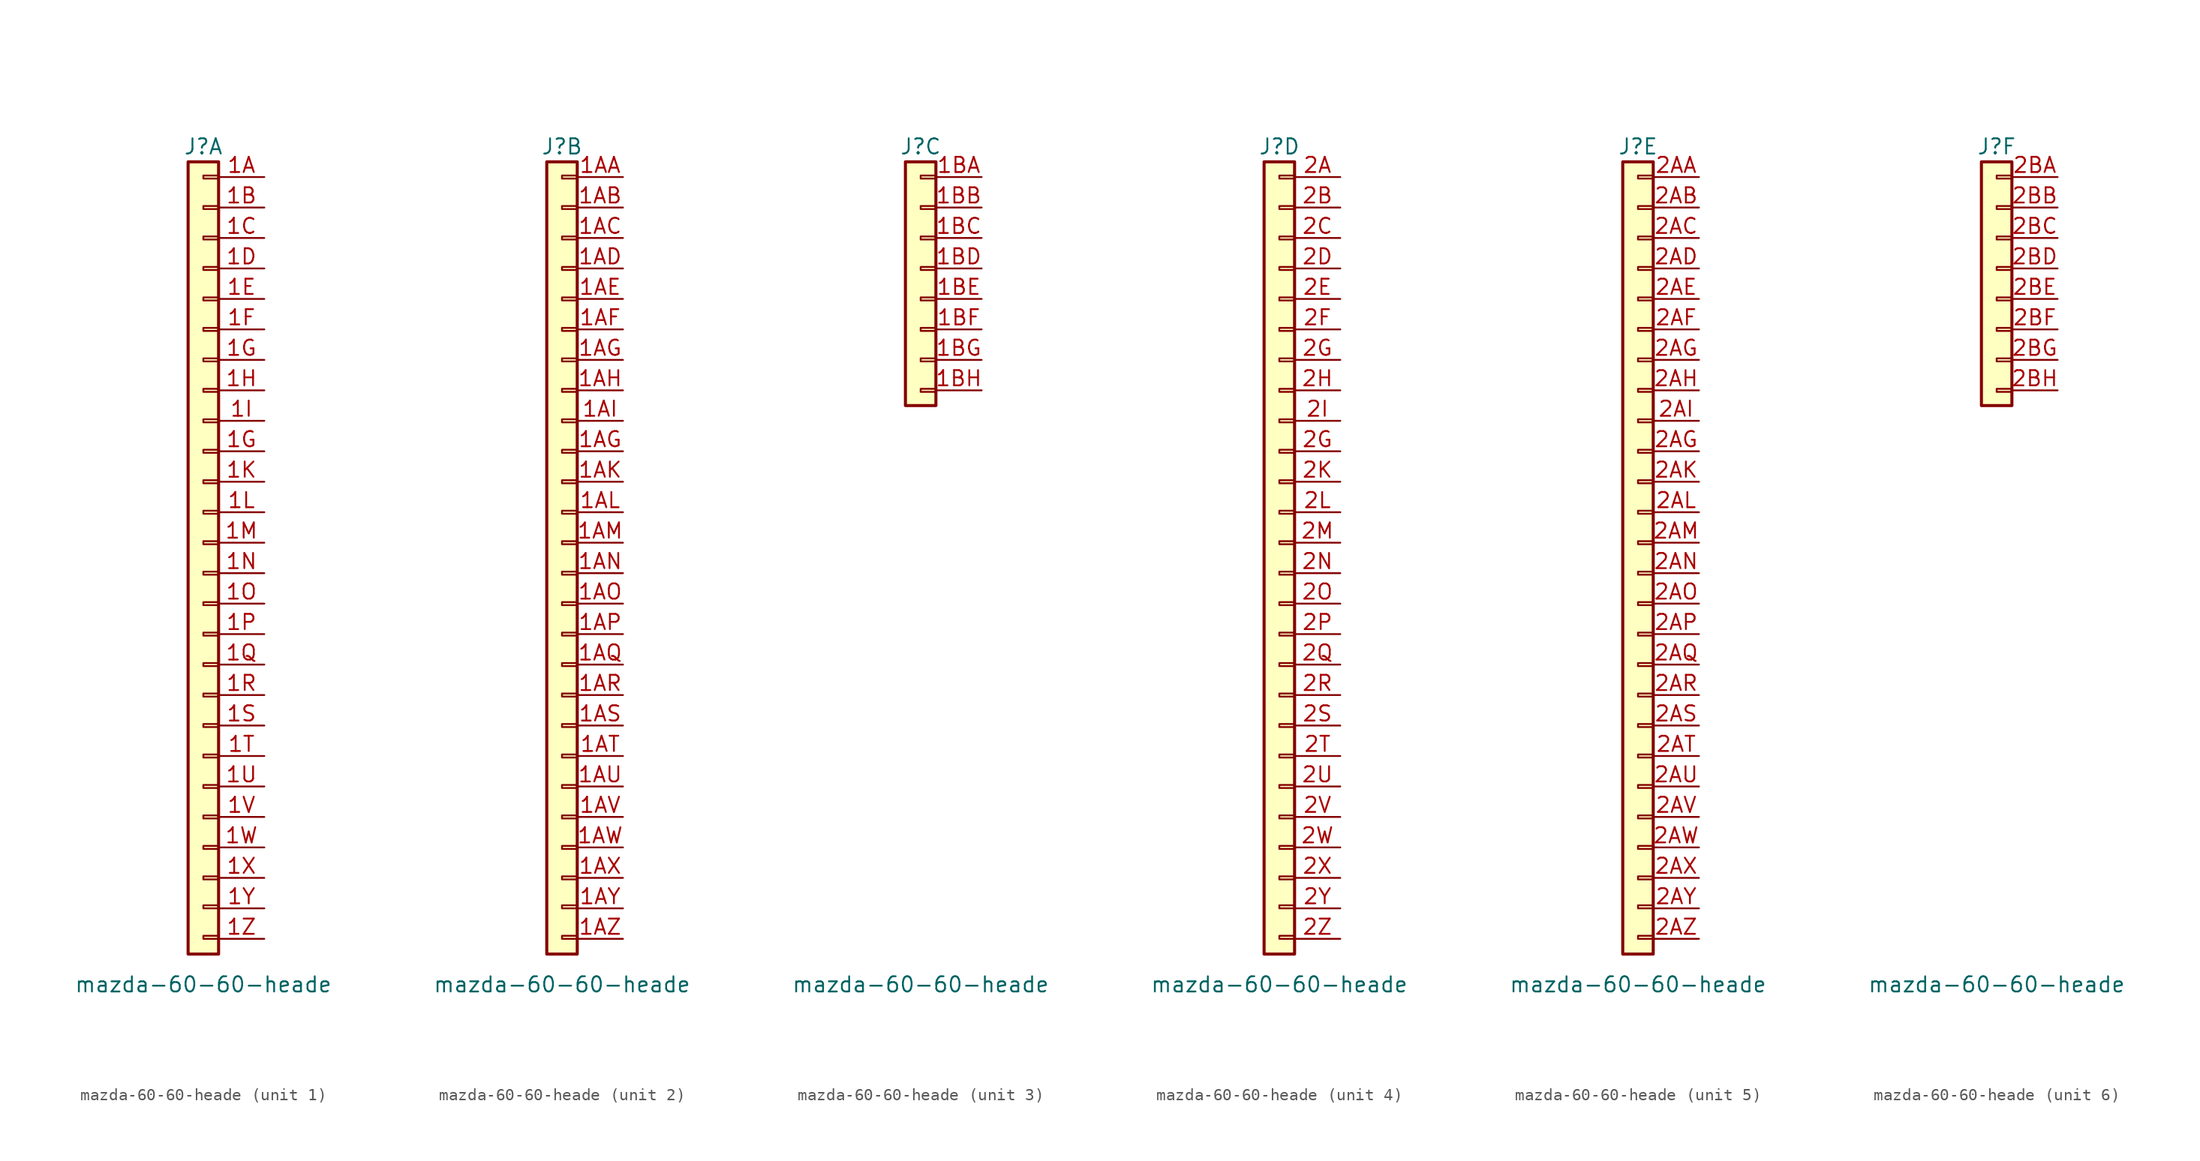
<source format=kicad_sym>
(kicad_symbol_lib
  (version 20220914)
  (generator kicad_symbol_editor)
  (symbol "mazda-60-60-heade"
    (pin_names
      (offset 1.016) hide)
    (property "Reference" "J"
      (at 0 30.48 0)
      (effects (font (size 1.27 1.27))))
    (property "Value" "mazda-60-60-heade"
      (at 0 -39.37 0)
      (effects (font (size 1.27 1.27))))
    (property "ki_locked" ""
      (at 0 0 0)
      (effects (font (size 1.27 1.27))))
    (symbol "mazda-60-60-heade_1_0"
      (pin passive line (at 5.08 -33.02 180) (length 3.81) (name "Pin_25" (effects (font (size 1.27 1.27)))) (number "1Y" (effects (font (size 1.27 1.27)))))
      (pin passive line (at 5.08 -35.56 180) (length 3.81) (name "Pin_26" (effects (font (size 1.27 1.27)))) (number "1Z" (effects (font (size 1.27 1.27))))))
    (symbol "mazda-60-60-heade_1_1"
      (rectangle (start -1.27 29.21) (end 1.27 -36.83) (stroke (width 0.254) (type default)) (fill (type background)))
      (rectangle (start 0 -35.56) (end 1.27 -35.306) (stroke (width 0.152) (type default)) (fill (type none)))
      (rectangle (start 0 -33.02) (end 1.27 -32.766) (stroke (width 0.152) (type default)) (fill (type none)))
      (rectangle (start 0 -30.607) (end 1.27 -30.353) (stroke (width 0.152) (type default)) (fill (type none)))
      (rectangle (start 0 -28.067) (end 1.27 -27.813) (stroke (width 0.152) (type default)) (fill (type none)))
      (rectangle (start 0 -25.527) (end 1.27 -25.273) (stroke (width 0.152) (type default)) (fill (type none)))
      (rectangle (start 0 -22.987) (end 1.27 -22.733) (stroke (width 0.152) (type default)) (fill (type none)))
      (rectangle (start 0 -20.447) (end 1.27 -20.193) (stroke (width 0.152) (type default)) (fill (type none)))
      (rectangle (start 0 -17.907) (end 1.27 -17.653) (stroke (width 0.152) (type default)) (fill (type none)))
      (rectangle (start 0 -15.367) (end 1.27 -15.113) (stroke (width 0.152) (type default)) (fill (type none)))
      (rectangle (start 0 -12.827) (end 1.27 -12.573) (stroke (width 0.152) (type default)) (fill (type none)))
      (rectangle (start 0 -10.287) (end 1.27 -10.033) (stroke (width 0.152) (type default)) (fill (type none)))
      (rectangle (start 0 -7.747) (end 1.27 -7.493) (stroke (width 0.152) (type default)) (fill (type none)))
      (rectangle (start 0 -5.207) (end 1.27 -4.953) (stroke (width 0.152) (type default)) (fill (type none)))
      (rectangle (start 0 -2.667) (end 1.27 -2.413) (stroke (width 0.152) (type default)) (fill (type none)))
      (rectangle (start 0 -0.127) (end 1.27 0.127) (stroke (width 0.152) (type default)) (fill (type none)))
      (rectangle (start 0 2.413) (end 1.27 2.667) (stroke (width 0.152) (type default)) (fill (type none)))
      (rectangle (start 0 4.953) (end 1.27 5.207) (stroke (width 0.152) (type default)) (fill (type none)))
      (rectangle (start 0 7.493) (end 1.27 7.747) (stroke (width 0.152) (type default)) (fill (type none)))
      (rectangle (start 0 10.033) (end 1.27 10.287) (stroke (width 0.152) (type default)) (fill (type none)))
      (rectangle (start 0 12.573) (end 1.27 12.827) (stroke (width 0.152) (type default)) (fill (type none)))
      (rectangle (start 0 15.113) (end 1.27 15.367) (stroke (width 0.152) (type default)) (fill (type none)))
      (rectangle (start 0 17.653) (end 1.27 17.907) (stroke (width 0.152) (type default)) (fill (type none)))
      (rectangle (start 0 20.193) (end 1.27 20.447) (stroke (width 0.152) (type default)) (fill (type none)))
      (rectangle (start 0 22.733) (end 1.27 22.987) (stroke (width 0.152) (type default)) (fill (type none)))
      (rectangle (start 0 25.273) (end 1.27 25.527) (stroke (width 0.152) (type default)) (fill (type none)))
      (rectangle (start 0 27.813) (end 1.27 28.067) (stroke (width 0.152) (type default)) (fill (type none)))
      (pin passive line (at 5.08 27.94 180) (length 3.81) (name "Pin_1" (effects (font (size 1.27 1.27)))) (number "1A" (effects (font (size 1.27 1.27)))))
      (pin passive line (at 5.08 25.4 180) (length 3.81) (name "Pin_2" (effects (font (size 1.27 1.27)))) (number "1B" (effects (font (size 1.27 1.27)))))
      (pin passive line (at 5.08 22.86 180) (length 3.81) (name "Pin_3" (effects (font (size 1.27 1.27)))) (number "1C" (effects (font (size 1.27 1.27)))))
      (pin passive line (at 5.08 20.32 180) (length 3.81) (name "Pin_4" (effects (font (size 1.27 1.27)))) (number "1D" (effects (font (size 1.27 1.27)))))
      (pin passive line (at 5.08 17.78 180) (length 3.81) (name "Pin_5" (effects (font (size 1.27 1.27)))) (number "1E" (effects (font (size 1.27 1.27)))))
      (pin passive line (at 5.08 15.24 180) (length 3.81) (name "Pin_6" (effects (font (size 1.27 1.27)))) (number "1F" (effects (font (size 1.27 1.27)))))
      (pin passive line (at 5.08 5.08 180) (length 3.81) (name "Pin_10" (effects (font (size 1.27 1.27)))) (number "1G" (effects (font (size 1.27 1.27)))))
      (pin passive line (at 5.08 12.7 180) (length 3.81) (name "Pin_7" (effects (font (size 1.27 1.27)))) (number "1G" (effects (font (size 1.27 1.27)))))
      (pin passive line (at 5.08 10.16 180) (length 3.81) (name "Pin_8" (effects (font (size 1.27 1.27)))) (number "1H" (effects (font (size 1.27 1.27)))))
      (pin passive line (at 5.08 7.62 180) (length 3.81) (name "Pin_9" (effects (font (size 1.27 1.27)))) (number "1I" (effects (font (size 1.27 1.27)))))
      (pin passive line (at 5.08 2.54 180) (length 3.81) (name "Pin_11" (effects (font (size 1.27 1.27)))) (number "1K" (effects (font (size 1.27 1.27)))))
      (pin passive line (at 5.08 0 180) (length 3.81) (name "Pin_12" (effects (font (size 1.27 1.27)))) (number "1L" (effects (font (size 1.27 1.27)))))
      (pin passive line (at 5.08 -2.54 180) (length 3.81) (name "Pin_13" (effects (font (size 1.27 1.27)))) (number "1M" (effects (font (size 1.27 1.27)))))
      (pin passive line (at 5.08 -5.08 180) (length 3.81) (name "Pin_14" (effects (font (size 1.27 1.27)))) (number "1N" (effects (font (size 1.27 1.27)))))
      (pin passive line (at 5.08 -7.62 180) (length 3.81) (name "Pin_15" (effects (font (size 1.27 1.27)))) (number "1O" (effects (font (size 1.27 1.27)))))
      (pin passive line (at 5.08 -10.16 180) (length 3.81) (name "Pin_16" (effects (font (size 1.27 1.27)))) (number "1P" (effects (font (size 1.27 1.27)))))
      (pin passive line (at 5.08 -12.7 180) (length 3.81) (name "Pin_17" (effects (font (size 1.27 1.27)))) (number "1Q" (effects (font (size 1.27 1.27)))))
      (pin passive line (at 5.08 -15.24 180) (length 3.81) (name "Pin_18" (effects (font (size 1.27 1.27)))) (number "1R" (effects (font (size 1.27 1.27)))))
      (pin passive line (at 5.08 -17.78 180) (length 3.81) (name "Pin_19" (effects (font (size 1.27 1.27)))) (number "1S" (effects (font (size 1.27 1.27)))))
      (pin passive line (at 5.08 -20.32 180) (length 3.81) (name "Pin_20" (effects (font (size 1.27 1.27)))) (number "1T" (effects (font (size 1.27 1.27)))))
      (pin passive line (at 5.08 -22.86 180) (length 3.81) (name "Pin_21" (effects (font (size 1.27 1.27)))) (number "1U" (effects (font (size 1.27 1.27)))))
      (pin passive line (at 5.08 -25.4 180) (length 3.81) (name "Pin_22" (effects (font (size 1.27 1.27)))) (number "1V" (effects (font (size 1.27 1.27)))))
      (pin passive line (at 5.08 -27.94 180) (length 3.81) (name "Pin_23" (effects (font (size 1.27 1.27)))) (number "1W" (effects (font (size 1.27 1.27)))))
      (pin passive line (at 5.08 -30.48 180) (length 3.81) (name "Pin_24" (effects (font (size 1.27 1.27)))) (number "1X" (effects (font (size 1.27 1.27))))))
    (symbol "mazda-60-60-heade_2_0"
      (pin passive line (at 5.08 -33.02 180) (length 3.81) (name "Pin_25" (effects (font (size 1.27 1.27)))) (number "1AY" (effects (font (size 1.27 1.27)))))
      (pin passive line (at 5.08 -35.56 180) (length 3.81) (name "Pin_26" (effects (font (size 1.27 1.27)))) (number "1AZ" (effects (font (size 1.27 1.27))))))
    (symbol "mazda-60-60-heade_2_1"
      (rectangle (start -1.27 29.21) (end 1.27 -36.83) (stroke (width 0.254) (type default)) (fill (type background)))
      (rectangle (start 0 -35.56) (end 1.27 -35.306) (stroke (width 0.152) (type default)) (fill (type none)))
      (rectangle (start 0 -33.02) (end 1.27 -32.766) (stroke (width 0.152) (type default)) (fill (type none)))
      (rectangle (start 0 -30.607) (end 1.27 -30.353) (stroke (width 0.152) (type default)) (fill (type none)))
      (rectangle (start 0 -28.067) (end 1.27 -27.813) (stroke (width 0.152) (type default)) (fill (type none)))
      (rectangle (start 0 -25.527) (end 1.27 -25.273) (stroke (width 0.152) (type default)) (fill (type none)))
      (rectangle (start 0 -22.987) (end 1.27 -22.733) (stroke (width 0.152) (type default)) (fill (type none)))
      (rectangle (start 0 -20.447) (end 1.27 -20.193) (stroke (width 0.152) (type default)) (fill (type none)))
      (rectangle (start 0 -17.907) (end 1.27 -17.653) (stroke (width 0.152) (type default)) (fill (type none)))
      (rectangle (start 0 -15.367) (end 1.27 -15.113) (stroke (width 0.152) (type default)) (fill (type none)))
      (rectangle (start 0 -12.827) (end 1.27 -12.573) (stroke (width 0.152) (type default)) (fill (type none)))
      (rectangle (start 0 -10.287) (end 1.27 -10.033) (stroke (width 0.152) (type default)) (fill (type none)))
      (rectangle (start 0 -7.747) (end 1.27 -7.493) (stroke (width 0.152) (type default)) (fill (type none)))
      (rectangle (start 0 -5.207) (end 1.27 -4.953) (stroke (width 0.152) (type default)) (fill (type none)))
      (rectangle (start 0 -2.667) (end 1.27 -2.413) (stroke (width 0.152) (type default)) (fill (type none)))
      (rectangle (start 0 -0.127) (end 1.27 0.127) (stroke (width 0.152) (type default)) (fill (type none)))
      (rectangle (start 0 2.413) (end 1.27 2.667) (stroke (width 0.152) (type default)) (fill (type none)))
      (rectangle (start 0 4.953) (end 1.27 5.207) (stroke (width 0.152) (type default)) (fill (type none)))
      (rectangle (start 0 7.493) (end 1.27 7.747) (stroke (width 0.152) (type default)) (fill (type none)))
      (rectangle (start 0 10.033) (end 1.27 10.287) (stroke (width 0.152) (type default)) (fill (type none)))
      (rectangle (start 0 12.573) (end 1.27 12.827) (stroke (width 0.152) (type default)) (fill (type none)))
      (rectangle (start 0 15.113) (end 1.27 15.367) (stroke (width 0.152) (type default)) (fill (type none)))
      (rectangle (start 0 17.653) (end 1.27 17.907) (stroke (width 0.152) (type default)) (fill (type none)))
      (rectangle (start 0 20.193) (end 1.27 20.447) (stroke (width 0.152) (type default)) (fill (type none)))
      (rectangle (start 0 22.733) (end 1.27 22.987) (stroke (width 0.152) (type default)) (fill (type none)))
      (rectangle (start 0 25.273) (end 1.27 25.527) (stroke (width 0.152) (type default)) (fill (type none)))
      (rectangle (start 0 27.813) (end 1.27 28.067) (stroke (width 0.152) (type default)) (fill (type none)))
      (pin passive line (at 5.08 27.94 180) (length 3.81) (name "Pin_1" (effects (font (size 1.27 1.27)))) (number "1AA" (effects (font (size 1.27 1.27)))))
      (pin passive line (at 5.08 25.4 180) (length 3.81) (name "Pin_2" (effects (font (size 1.27 1.27)))) (number "1AB" (effects (font (size 1.27 1.27)))))
      (pin passive line (at 5.08 22.86 180) (length 3.81) (name "Pin_3" (effects (font (size 1.27 1.27)))) (number "1AC" (effects (font (size 1.27 1.27)))))
      (pin passive line (at 5.08 20.32 180) (length 3.81) (name "Pin_4" (effects (font (size 1.27 1.27)))) (number "1AD" (effects (font (size 1.27 1.27)))))
      (pin passive line (at 5.08 17.78 180) (length 3.81) (name "Pin_5" (effects (font (size 1.27 1.27)))) (number "1AE" (effects (font (size 1.27 1.27)))))
      (pin passive line (at 5.08 15.24 180) (length 3.81) (name "Pin_6" (effects (font (size 1.27 1.27)))) (number "1AF" (effects (font (size 1.27 1.27)))))
      (pin passive line (at 5.08 5.08 180) (length 3.81) (name "Pin_10" (effects (font (size 1.27 1.27)))) (number "1AG" (effects (font (size 1.27 1.27)))))
      (pin passive line (at 5.08 12.7 180) (length 3.81) (name "Pin_7" (effects (font (size 1.27 1.27)))) (number "1AG" (effects (font (size 1.27 1.27)))))
      (pin passive line (at 5.08 10.16 180) (length 3.81) (name "Pin_8" (effects (font (size 1.27 1.27)))) (number "1AH" (effects (font (size 1.27 1.27)))))
      (pin passive line (at 5.08 7.62 180) (length 3.81) (name "Pin_9" (effects (font (size 1.27 1.27)))) (number "1AI" (effects (font (size 1.27 1.27)))))
      (pin passive line (at 5.08 2.54 180) (length 3.81) (name "Pin_11" (effects (font (size 1.27 1.27)))) (number "1AK" (effects (font (size 1.27 1.27)))))
      (pin passive line (at 5.08 0 180) (length 3.81) (name "Pin_12" (effects (font (size 1.27 1.27)))) (number "1AL" (effects (font (size 1.27 1.27)))))
      (pin passive line (at 5.08 -2.54 180) (length 3.81) (name "Pin_13" (effects (font (size 1.27 1.27)))) (number "1AM" (effects (font (size 1.27 1.27)))))
      (pin passive line (at 5.08 -5.08 180) (length 3.81) (name "Pin_14" (effects (font (size 1.27 1.27)))) (number "1AN" (effects (font (size 1.27 1.27)))))
      (pin passive line (at 5.08 -7.62 180) (length 3.81) (name "Pin_15" (effects (font (size 1.27 1.27)))) (number "1AO" (effects (font (size 1.27 1.27)))))
      (pin passive line (at 5.08 -10.16 180) (length 3.81) (name "Pin_16" (effects (font (size 1.27 1.27)))) (number "1AP" (effects (font (size 1.27 1.27)))))
      (pin passive line (at 5.08 -12.7 180) (length 3.81) (name "Pin_17" (effects (font (size 1.27 1.27)))) (number "1AQ" (effects (font (size 1.27 1.27)))))
      (pin passive line (at 5.08 -15.24 180) (length 3.81) (name "Pin_18" (effects (font (size 1.27 1.27)))) (number "1AR" (effects (font (size 1.27 1.27)))))
      (pin passive line (at 5.08 -17.78 180) (length 3.81) (name "Pin_19" (effects (font (size 1.27 1.27)))) (number "1AS" (effects (font (size 1.27 1.27)))))
      (pin passive line (at 5.08 -20.32 180) (length 3.81) (name "Pin_20" (effects (font (size 1.27 1.27)))) (number "1AT" (effects (font (size 1.27 1.27)))))
      (pin passive line (at 5.08 -22.86 180) (length 3.81) (name "Pin_21" (effects (font (size 1.27 1.27)))) (number "1AU" (effects (font (size 1.27 1.27)))))
      (pin passive line (at 5.08 -25.4 180) (length 3.81) (name "Pin_22" (effects (font (size 1.27 1.27)))) (number "1AV" (effects (font (size 1.27 1.27)))))
      (pin passive line (at 5.08 -27.94 180) (length 3.81) (name "Pin_23" (effects (font (size 1.27 1.27)))) (number "1AW" (effects (font (size 1.27 1.27)))))
      (pin passive line (at 5.08 -30.48 180) (length 3.81) (name "Pin_24" (effects (font (size 1.27 1.27)))) (number "1AX" (effects (font (size 1.27 1.27))))))
    (symbol "mazda-60-60-heade_3_1"
      (rectangle (start -1.27 29.21) (end 1.27 8.89) (stroke (width 0.254) (type default)) (fill (type background)))
      (rectangle (start 0 10.033) (end 1.27 10.287) (stroke (width 0.152) (type default)) (fill (type none)))
      (rectangle (start 0 12.573) (end 1.27 12.827) (stroke (width 0.152) (type default)) (fill (type none)))
      (rectangle (start 0 15.113) (end 1.27 15.367) (stroke (width 0.152) (type default)) (fill (type none)))
      (rectangle (start 0 17.653) (end 1.27 17.907) (stroke (width 0.152) (type default)) (fill (type none)))
      (rectangle (start 0 20.193) (end 1.27 20.447) (stroke (width 0.152) (type default)) (fill (type none)))
      (rectangle (start 0 22.733) (end 1.27 22.987) (stroke (width 0.152) (type default)) (fill (type none)))
      (rectangle (start 0 25.273) (end 1.27 25.527) (stroke (width 0.152) (type default)) (fill (type none)))
      (rectangle (start 0 27.813) (end 1.27 28.067) (stroke (width 0.152) (type default)) (fill (type none)))
      (pin passive line (at 5.08 27.94 180) (length 3.81) (name "Pin_1" (effects (font (size 1.27 1.27)))) (number "1BA" (effects (font (size 1.27 1.27)))))
      (pin passive line (at 5.08 25.4 180) (length 3.81) (name "Pin_2" (effects (font (size 1.27 1.27)))) (number "1BB" (effects (font (size 1.27 1.27)))))
      (pin passive line (at 5.08 22.86 180) (length 3.81) (name "Pin_3" (effects (font (size 1.27 1.27)))) (number "1BC" (effects (font (size 1.27 1.27)))))
      (pin passive line (at 5.08 20.32 180) (length 3.81) (name "Pin_4" (effects (font (size 1.27 1.27)))) (number "1BD" (effects (font (size 1.27 1.27)))))
      (pin passive line (at 5.08 17.78 180) (length 3.81) (name "Pin_5" (effects (font (size 1.27 1.27)))) (number "1BE" (effects (font (size 1.27 1.27)))))
      (pin passive line (at 5.08 15.24 180) (length 3.81) (name "Pin_6" (effects (font (size 1.27 1.27)))) (number "1BF" (effects (font (size 1.27 1.27)))))
      (pin passive line (at 5.08 12.7 180) (length 3.81) (name "Pin_7" (effects (font (size 1.27 1.27)))) (number "1BG" (effects (font (size 1.27 1.27)))))
      (pin passive line (at 5.08 10.16 180) (length 3.81) (name "Pin_8" (effects (font (size 1.27 1.27)))) (number "1BH" (effects (font (size 1.27 1.27))))))
    (symbol "mazda-60-60-heade_4_0"
      (pin passive line (at 5.08 -33.02 180) (length 3.81) (name "Pin_25" (effects (font (size 1.27 1.27)))) (number "2Y" (effects (font (size 1.27 1.27)))))
      (pin passive line (at 5.08 -35.56 180) (length 3.81) (name "Pin_26" (effects (font (size 1.27 1.27)))) (number "2Z" (effects (font (size 1.27 1.27))))))
    (symbol "mazda-60-60-heade_4_1"
      (rectangle (start -1.27 29.21) (end 1.27 -36.83) (stroke (width 0.254) (type default)) (fill (type background)))
      (rectangle (start 0 -35.56) (end 1.27 -35.306) (stroke (width 0.152) (type default)) (fill (type none)))
      (rectangle (start 0 -33.02) (end 1.27 -32.766) (stroke (width 0.152) (type default)) (fill (type none)))
      (rectangle (start 0 -30.607) (end 1.27 -30.353) (stroke (width 0.152) (type default)) (fill (type none)))
      (rectangle (start 0 -28.067) (end 1.27 -27.813) (stroke (width 0.152) (type default)) (fill (type none)))
      (rectangle (start 0 -25.527) (end 1.27 -25.273) (stroke (width 0.152) (type default)) (fill (type none)))
      (rectangle (start 0 -22.987) (end 1.27 -22.733) (stroke (width 0.152) (type default)) (fill (type none)))
      (rectangle (start 0 -20.447) (end 1.27 -20.193) (stroke (width 0.152) (type default)) (fill (type none)))
      (rectangle (start 0 -17.907) (end 1.27 -17.653) (stroke (width 0.152) (type default)) (fill (type none)))
      (rectangle (start 0 -15.367) (end 1.27 -15.113) (stroke (width 0.152) (type default)) (fill (type none)))
      (rectangle (start 0 -12.827) (end 1.27 -12.573) (stroke (width 0.152) (type default)) (fill (type none)))
      (rectangle (start 0 -10.287) (end 1.27 -10.033) (stroke (width 0.152) (type default)) (fill (type none)))
      (rectangle (start 0 -7.747) (end 1.27 -7.493) (stroke (width 0.152) (type default)) (fill (type none)))
      (rectangle (start 0 -5.207) (end 1.27 -4.953) (stroke (width 0.152) (type default)) (fill (type none)))
      (rectangle (start 0 -2.667) (end 1.27 -2.413) (stroke (width 0.152) (type default)) (fill (type none)))
      (rectangle (start 0 -0.127) (end 1.27 0.127) (stroke (width 0.152) (type default)) (fill (type none)))
      (rectangle (start 0 2.413) (end 1.27 2.667) (stroke (width 0.152) (type default)) (fill (type none)))
      (rectangle (start 0 4.953) (end 1.27 5.207) (stroke (width 0.152) (type default)) (fill (type none)))
      (rectangle (start 0 7.493) (end 1.27 7.747) (stroke (width 0.152) (type default)) (fill (type none)))
      (rectangle (start 0 10.033) (end 1.27 10.287) (stroke (width 0.152) (type default)) (fill (type none)))
      (rectangle (start 0 12.573) (end 1.27 12.827) (stroke (width 0.152) (type default)) (fill (type none)))
      (rectangle (start 0 15.113) (end 1.27 15.367) (stroke (width 0.152) (type default)) (fill (type none)))
      (rectangle (start 0 17.653) (end 1.27 17.907) (stroke (width 0.152) (type default)) (fill (type none)))
      (rectangle (start 0 20.193) (end 1.27 20.447) (stroke (width 0.152) (type default)) (fill (type none)))
      (rectangle (start 0 22.733) (end 1.27 22.987) (stroke (width 0.152) (type default)) (fill (type none)))
      (rectangle (start 0 25.273) (end 1.27 25.527) (stroke (width 0.152) (type default)) (fill (type none)))
      (rectangle (start 0 27.813) (end 1.27 28.067) (stroke (width 0.152) (type default)) (fill (type none)))
      (pin passive line (at 5.08 27.94 180) (length 3.81) (name "Pin_1" (effects (font (size 1.27 1.27)))) (number "2A" (effects (font (size 1.27 1.27)))))
      (pin passive line (at 5.08 25.4 180) (length 3.81) (name "Pin_2" (effects (font (size 1.27 1.27)))) (number "2B" (effects (font (size 1.27 1.27)))))
      (pin passive line (at 5.08 22.86 180) (length 3.81) (name "Pin_3" (effects (font (size 1.27 1.27)))) (number "2C" (effects (font (size 1.27 1.27)))))
      (pin passive line (at 5.08 20.32 180) (length 3.81) (name "Pin_4" (effects (font (size 1.27 1.27)))) (number "2D" (effects (font (size 1.27 1.27)))))
      (pin passive line (at 5.08 17.78 180) (length 3.81) (name "Pin_5" (effects (font (size 1.27 1.27)))) (number "2E" (effects (font (size 1.27 1.27)))))
      (pin passive line (at 5.08 15.24 180) (length 3.81) (name "Pin_6" (effects (font (size 1.27 1.27)))) (number "2F" (effects (font (size 1.27 1.27)))))
      (pin passive line (at 5.08 5.08 180) (length 3.81) (name "Pin_10" (effects (font (size 1.27 1.27)))) (number "2G" (effects (font (size 1.27 1.27)))))
      (pin passive line (at 5.08 12.7 180) (length 3.81) (name "Pin_7" (effects (font (size 1.27 1.27)))) (number "2G" (effects (font (size 1.27 1.27)))))
      (pin passive line (at 5.08 10.16 180) (length 3.81) (name "Pin_8" (effects (font (size 1.27 1.27)))) (number "2H" (effects (font (size 1.27 1.27)))))
      (pin passive line (at 5.08 7.62 180) (length 3.81) (name "Pin_9" (effects (font (size 1.27 1.27)))) (number "2I" (effects (font (size 1.27 1.27)))))
      (pin passive line (at 5.08 2.54 180) (length 3.81) (name "Pin_11" (effects (font (size 1.27 1.27)))) (number "2K" (effects (font (size 1.27 1.27)))))
      (pin passive line (at 5.08 0 180) (length 3.81) (name "Pin_12" (effects (font (size 1.27 1.27)))) (number "2L" (effects (font (size 1.27 1.27)))))
      (pin passive line (at 5.08 -2.54 180) (length 3.81) (name "Pin_13" (effects (font (size 1.27 1.27)))) (number "2M" (effects (font (size 1.27 1.27)))))
      (pin passive line (at 5.08 -5.08 180) (length 3.81) (name "Pin_14" (effects (font (size 1.27 1.27)))) (number "2N" (effects (font (size 1.27 1.27)))))
      (pin passive line (at 5.08 -7.62 180) (length 3.81) (name "Pin_15" (effects (font (size 1.27 1.27)))) (number "2O" (effects (font (size 1.27 1.27)))))
      (pin passive line (at 5.08 -10.16 180) (length 3.81) (name "Pin_16" (effects (font (size 1.27 1.27)))) (number "2P" (effects (font (size 1.27 1.27)))))
      (pin passive line (at 5.08 -12.7 180) (length 3.81) (name "Pin_17" (effects (font (size 1.27 1.27)))) (number "2Q" (effects (font (size 1.27 1.27)))))
      (pin passive line (at 5.08 -15.24 180) (length 3.81) (name "Pin_18" (effects (font (size 1.27 1.27)))) (number "2R" (effects (font (size 1.27 1.27)))))
      (pin passive line (at 5.08 -17.78 180) (length 3.81) (name "Pin_19" (effects (font (size 1.27 1.27)))) (number "2S" (effects (font (size 1.27 1.27)))))
      (pin passive line (at 5.08 -20.32 180) (length 3.81) (name "Pin_20" (effects (font (size 1.27 1.27)))) (number "2T" (effects (font (size 1.27 1.27)))))
      (pin passive line (at 5.08 -22.86 180) (length 3.81) (name "Pin_21" (effects (font (size 1.27 1.27)))) (number "2U" (effects (font (size 1.27 1.27)))))
      (pin passive line (at 5.08 -25.4 180) (length 3.81) (name "Pin_22" (effects (font (size 1.27 1.27)))) (number "2V" (effects (font (size 1.27 1.27)))))
      (pin passive line (at 5.08 -27.94 180) (length 3.81) (name "Pin_23" (effects (font (size 1.27 1.27)))) (number "2W" (effects (font (size 1.27 1.27)))))
      (pin passive line (at 5.08 -30.48 180) (length 3.81) (name "Pin_24" (effects (font (size 1.27 1.27)))) (number "2X" (effects (font (size 1.27 1.27))))))
    (symbol "mazda-60-60-heade_5_0"
      (pin passive line (at 5.08 -33.02 180) (length 3.81) (name "Pin_25" (effects (font (size 1.27 1.27)))) (number "2AY" (effects (font (size 1.27 1.27)))))
      (pin passive line (at 5.08 -35.56 180) (length 3.81) (name "Pin_26" (effects (font (size 1.27 1.27)))) (number "2AZ" (effects (font (size 1.27 1.27))))))
    (symbol "mazda-60-60-heade_5_1"
      (rectangle (start -1.27 29.21) (end 1.27 -36.83) (stroke (width 0.254) (type default)) (fill (type background)))
      (rectangle (start 0 -35.56) (end 1.27 -35.306) (stroke (width 0.152) (type default)) (fill (type none)))
      (rectangle (start 0 -33.02) (end 1.27 -32.766) (stroke (width 0.152) (type default)) (fill (type none)))
      (rectangle (start 0 -30.607) (end 1.27 -30.353) (stroke (width 0.152) (type default)) (fill (type none)))
      (rectangle (start 0 -28.067) (end 1.27 -27.813) (stroke (width 0.152) (type default)) (fill (type none)))
      (rectangle (start 0 -25.527) (end 1.27 -25.273) (stroke (width 0.152) (type default)) (fill (type none)))
      (rectangle (start 0 -22.987) (end 1.27 -22.733) (stroke (width 0.152) (type default)) (fill (type none)))
      (rectangle (start 0 -20.447) (end 1.27 -20.193) (stroke (width 0.152) (type default)) (fill (type none)))
      (rectangle (start 0 -17.907) (end 1.27 -17.653) (stroke (width 0.152) (type default)) (fill (type none)))
      (rectangle (start 0 -15.367) (end 1.27 -15.113) (stroke (width 0.152) (type default)) (fill (type none)))
      (rectangle (start 0 -12.827) (end 1.27 -12.573) (stroke (width 0.152) (type default)) (fill (type none)))
      (rectangle (start 0 -10.287) (end 1.27 -10.033) (stroke (width 0.152) (type default)) (fill (type none)))
      (rectangle (start 0 -7.747) (end 1.27 -7.493) (stroke (width 0.152) (type default)) (fill (type none)))
      (rectangle (start 0 -5.207) (end 1.27 -4.953) (stroke (width 0.152) (type default)) (fill (type none)))
      (rectangle (start 0 -2.667) (end 1.27 -2.413) (stroke (width 0.152) (type default)) (fill (type none)))
      (rectangle (start 0 -0.127) (end 1.27 0.127) (stroke (width 0.152) (type default)) (fill (type none)))
      (rectangle (start 0 2.413) (end 1.27 2.667) (stroke (width 0.152) (type default)) (fill (type none)))
      (rectangle (start 0 4.953) (end 1.27 5.207) (stroke (width 0.152) (type default)) (fill (type none)))
      (rectangle (start 0 7.493) (end 1.27 7.747) (stroke (width 0.152) (type default)) (fill (type none)))
      (rectangle (start 0 10.033) (end 1.27 10.287) (stroke (width 0.152) (type default)) (fill (type none)))
      (rectangle (start 0 12.573) (end 1.27 12.827) (stroke (width 0.152) (type default)) (fill (type none)))
      (rectangle (start 0 15.113) (end 1.27 15.367) (stroke (width 0.152) (type default)) (fill (type none)))
      (rectangle (start 0 17.653) (end 1.27 17.907) (stroke (width 0.152) (type default)) (fill (type none)))
      (rectangle (start 0 20.193) (end 1.27 20.447) (stroke (width 0.152) (type default)) (fill (type none)))
      (rectangle (start 0 22.733) (end 1.27 22.987) (stroke (width 0.152) (type default)) (fill (type none)))
      (rectangle (start 0 25.273) (end 1.27 25.527) (stroke (width 0.152) (type default)) (fill (type none)))
      (rectangle (start 0 27.813) (end 1.27 28.067) (stroke (width 0.152) (type default)) (fill (type none)))
      (pin passive line (at 5.08 27.94 180) (length 3.81) (name "Pin_1" (effects (font (size 1.27 1.27)))) (number "2AA" (effects (font (size 1.27 1.27)))))
      (pin passive line (at 5.08 25.4 180) (length 3.81) (name "Pin_2" (effects (font (size 1.27 1.27)))) (number "2AB" (effects (font (size 1.27 1.27)))))
      (pin passive line (at 5.08 22.86 180) (length 3.81) (name "Pin_3" (effects (font (size 1.27 1.27)))) (number "2AC" (effects (font (size 1.27 1.27)))))
      (pin passive line (at 5.08 20.32 180) (length 3.81) (name "Pin_4" (effects (font (size 1.27 1.27)))) (number "2AD" (effects (font (size 1.27 1.27)))))
      (pin passive line (at 5.08 17.78 180) (length 3.81) (name "Pin_5" (effects (font (size 1.27 1.27)))) (number "2AE" (effects (font (size 1.27 1.27)))))
      (pin passive line (at 5.08 15.24 180) (length 3.81) (name "Pin_6" (effects (font (size 1.27 1.27)))) (number "2AF" (effects (font (size 1.27 1.27)))))
      (pin passive line (at 5.08 5.08 180) (length 3.81) (name "Pin_10" (effects (font (size 1.27 1.27)))) (number "2AG" (effects (font (size 1.27 1.27)))))
      (pin passive line (at 5.08 12.7 180) (length 3.81) (name "Pin_7" (effects (font (size 1.27 1.27)))) (number "2AG" (effects (font (size 1.27 1.27)))))
      (pin passive line (at 5.08 10.16 180) (length 3.81) (name "Pin_8" (effects (font (size 1.27 1.27)))) (number "2AH" (effects (font (size 1.27 1.27)))))
      (pin passive line (at 5.08 7.62 180) (length 3.81) (name "Pin_9" (effects (font (size 1.27 1.27)))) (number "2AI" (effects (font (size 1.27 1.27)))))
      (pin passive line (at 5.08 2.54 180) (length 3.81) (name "Pin_11" (effects (font (size 1.27 1.27)))) (number "2AK" (effects (font (size 1.27 1.27)))))
      (pin passive line (at 5.08 0 180) (length 3.81) (name "Pin_12" (effects (font (size 1.27 1.27)))) (number "2AL" (effects (font (size 1.27 1.27)))))
      (pin passive line (at 5.08 -2.54 180) (length 3.81) (name "Pin_13" (effects (font (size 1.27 1.27)))) (number "2AM" (effects (font (size 1.27 1.27)))))
      (pin passive line (at 5.08 -5.08 180) (length 3.81) (name "Pin_14" (effects (font (size 1.27 1.27)))) (number "2AN" (effects (font (size 1.27 1.27)))))
      (pin passive line (at 5.08 -7.62 180) (length 3.81) (name "Pin_15" (effects (font (size 1.27 1.27)))) (number "2AO" (effects (font (size 1.27 1.27)))))
      (pin passive line (at 5.08 -10.16 180) (length 3.81) (name "Pin_16" (effects (font (size 1.27 1.27)))) (number "2AP" (effects (font (size 1.27 1.27)))))
      (pin passive line (at 5.08 -12.7 180) (length 3.81) (name "Pin_17" (effects (font (size 1.27 1.27)))) (number "2AQ" (effects (font (size 1.27 1.27)))))
      (pin passive line (at 5.08 -15.24 180) (length 3.81) (name "Pin_18" (effects (font (size 1.27 1.27)))) (number "2AR" (effects (font (size 1.27 1.27)))))
      (pin passive line (at 5.08 -17.78 180) (length 3.81) (name "Pin_19" (effects (font (size 1.27 1.27)))) (number "2AS" (effects (font (size 1.27 1.27)))))
      (pin passive line (at 5.08 -20.32 180) (length 3.81) (name "Pin_20" (effects (font (size 1.27 1.27)))) (number "2AT" (effects (font (size 1.27 1.27)))))
      (pin passive line (at 5.08 -22.86 180) (length 3.81) (name "Pin_21" (effects (font (size 1.27 1.27)))) (number "2AU" (effects (font (size 1.27 1.27)))))
      (pin passive line (at 5.08 -25.4 180) (length 3.81) (name "Pin_22" (effects (font (size 1.27 1.27)))) (number "2AV" (effects (font (size 1.27 1.27)))))
      (pin passive line (at 5.08 -27.94 180) (length 3.81) (name "Pin_23" (effects (font (size 1.27 1.27)))) (number "2AW" (effects (font (size 1.27 1.27)))))
      (pin passive line (at 5.08 -30.48 180) (length 3.81) (name "Pin_24" (effects (font (size 1.27 1.27)))) (number "2AX" (effects (font (size 1.27 1.27))))))
    (symbol "mazda-60-60-heade_6_1"
      (rectangle (start -1.27 29.21) (end 1.27 8.89) (stroke (width 0.254) (type default)) (fill (type background)))
      (rectangle (start 0 10.033) (end 1.27 10.287) (stroke (width 0.152) (type default)) (fill (type none)))
      (rectangle (start 0 12.573) (end 1.27 12.827) (stroke (width 0.152) (type default)) (fill (type none)))
      (rectangle (start 0 15.113) (end 1.27 15.367) (stroke (width 0.152) (type default)) (fill (type none)))
      (rectangle (start 0 17.653) (end 1.27 17.907) (stroke (width 0.152) (type default)) (fill (type none)))
      (rectangle (start 0 20.193) (end 1.27 20.447) (stroke (width 0.152) (type default)) (fill (type none)))
      (rectangle (start 0 22.733) (end 1.27 22.987) (stroke (width 0.152) (type default)) (fill (type none)))
      (rectangle (start 0 25.273) (end 1.27 25.527) (stroke (width 0.152) (type default)) (fill (type none)))
      (rectangle (start 0 27.813) (end 1.27 28.067) (stroke (width 0.152) (type default)) (fill (type none)))
      (pin passive line (at 5.08 27.94 180) (length 3.81) (name "Pin_1" (effects (font (size 1.27 1.27)))) (number "2BA" (effects (font (size 1.27 1.27)))))
      (pin passive line (at 5.08 25.4 180) (length 3.81) (name "Pin_2" (effects (font (size 1.27 1.27)))) (number "2BB" (effects (font (size 1.27 1.27)))))
      (pin passive line (at 5.08 22.86 180) (length 3.81) (name "Pin_3" (effects (font (size 1.27 1.27)))) (number "2BC" (effects (font (size 1.27 1.27)))))
      (pin passive line (at 5.08 20.32 180) (length 3.81) (name "Pin_4" (effects (font (size 1.27 1.27)))) (number "2BD" (effects (font (size 1.27 1.27)))))
      (pin passive line (at 5.08 17.78 180) (length 3.81) (name "Pin_5" (effects (font (size 1.27 1.27)))) (number "2BE" (effects (font (size 1.27 1.27)))))
      (pin passive line (at 5.08 15.24 180) (length 3.81) (name "Pin_6" (effects (font (size 1.27 1.27)))) (number "2BF" (effects (font (size 1.27 1.27)))))
      (pin passive line (at 5.08 12.7 180) (length 3.81) (name "Pin_7" (effects (font (size 1.27 1.27)))) (number "2BG" (effects (font (size 1.27 1.27)))))
      (pin passive line (at 5.08 10.16 180) (length 3.81) (name "Pin_8" (effects (font (size 1.27 1.27)))) (number "2BH" (effects (font (size 1.27 1.27))))))))
</source>
